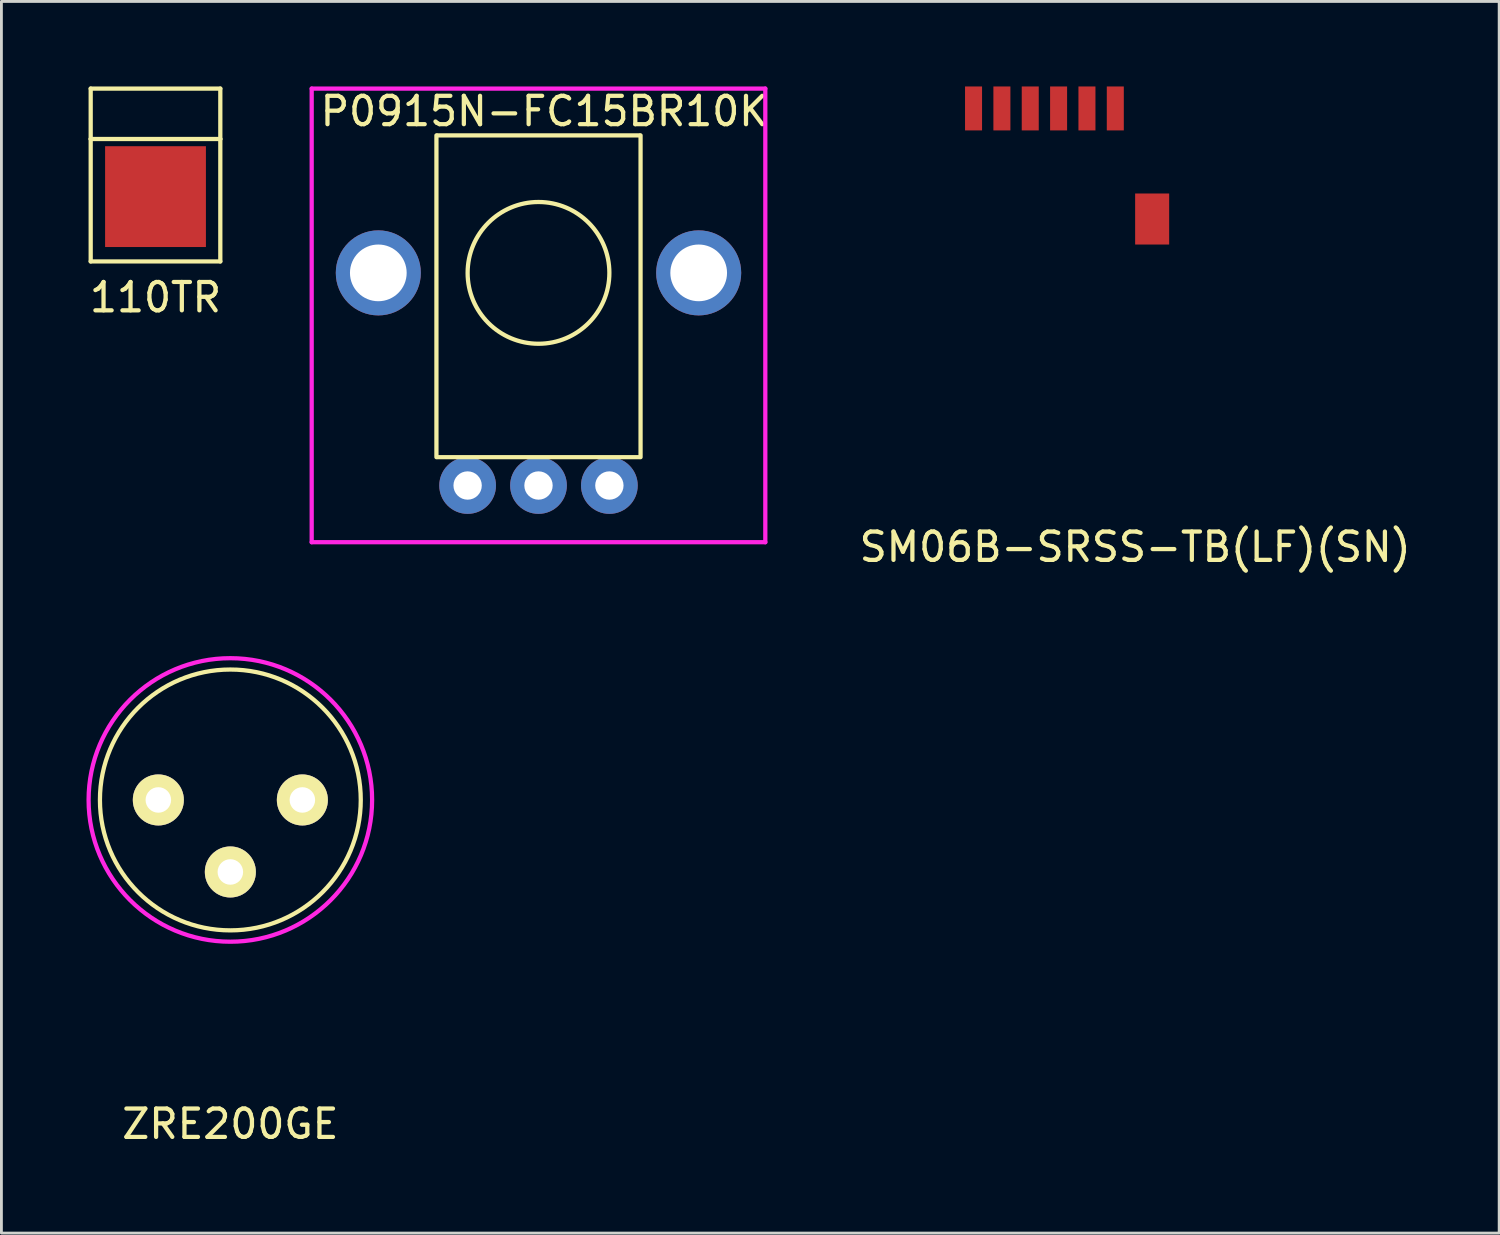
<source format=kicad_pcb>
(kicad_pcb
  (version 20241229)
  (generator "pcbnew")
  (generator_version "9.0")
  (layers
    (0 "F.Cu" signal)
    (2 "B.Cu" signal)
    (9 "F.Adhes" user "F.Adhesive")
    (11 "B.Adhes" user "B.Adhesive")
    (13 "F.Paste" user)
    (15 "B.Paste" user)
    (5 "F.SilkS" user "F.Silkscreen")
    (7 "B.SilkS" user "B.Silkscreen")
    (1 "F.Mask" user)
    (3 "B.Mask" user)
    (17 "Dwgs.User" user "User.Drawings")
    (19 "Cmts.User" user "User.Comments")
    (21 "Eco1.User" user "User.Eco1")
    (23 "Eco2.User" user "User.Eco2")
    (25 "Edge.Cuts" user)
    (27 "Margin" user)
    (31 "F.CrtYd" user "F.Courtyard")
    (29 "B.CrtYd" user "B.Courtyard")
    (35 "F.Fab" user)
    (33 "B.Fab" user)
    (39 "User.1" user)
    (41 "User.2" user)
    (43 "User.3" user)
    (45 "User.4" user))
  (footprint "110TR"
    (layer "F.Cu")
    (at 2.435 3.885)
    (property "Reference" "110TR" (at 0 3.556 0) (layer "F.SilkS") (effects (font (size 1 1) (thickness 0.15))))
    (attr through_hole)
    (fp_line (start -2.286 -3.81) (end 2.286 -3.81) (stroke (width 0.15) (type solid)) (layer "F.SilkS"))
    (fp_line (start -2.286 -2.032) (end -2.286 -3.81) (stroke (width 0.15) (type solid)) (layer "F.SilkS"))
    (fp_line (start -2.286 -2.032) (end -2.286 2.286) (stroke (width 0.15) (type solid)) (layer "F.SilkS"))
    (fp_line (start -2.286 -2.032) (end 2.286 -2.032) (stroke (width 0.15) (type solid)) (layer "F.SilkS"))
    (fp_line (start -2.286 2.286) (end 2.286 2.286) (stroke (width 0.15) (type solid)) (layer "F.SilkS"))
    (fp_line (start 2.286 -3.81) (end 2.286 -2.032) (stroke (width 0.15) (type solid)) (layer "F.SilkS"))
    (fp_line (start 2.286 2.286) (end 2.286 -2.032) (stroke (width 0.15) (type solid)) (layer "F.SilkS"))
    (pad "1" smd rect (at 0 0) (size 3.556 3.556) (layers "F.Cu" "F.Mask" "F.Paste")))
  (footprint "SM06B-SRSS-TB(LF)(SN)"
    (layer "F.Cu")
    (at 36.989 5.575)
    (property "Reference" "SM06B-SRSS-TB(LF)(SN)" (at 0 10.668 0) (layer "F.SilkS") (effects (font (size 1 1) (thickness 0.15))))
    (attr through_hole)
    (pad "1" smd rect (at -0.7 -4.8) (size 0.6 1.55) (layers "F.Cu" "F.Mask" "F.Paste"))
    (pad "1" smd rect (at 0.6 -0.9) (size 1.2 1.8) (layers "F.Cu" "F.Mask" "F.Paste"))
    (pad "2" smd rect (at -1.7 -4.8) (size 0.6 1.55) (layers "F.Cu" "F.Mask" "F.Paste"))
    (pad "3" smd rect (at -2.7 -4.8) (size 0.6 1.55) (layers "F.Cu" "F.Mask" "F.Paste"))
    (pad "4" smd rect (at -3.7 -4.8) (size 0.6 1.55) (layers "F.Cu" "F.Mask" "F.Paste"))
    (pad "5" smd rect (at -4.7 -4.8) (size 0.6 1.55) (layers "F.Cu" "F.Mask" "F.Paste"))
    (pad "6" smd rect (at -5.7 -4.8) (size 0.6 1.55) (layers "F.Cu" "F.Mask" "F.Paste")))
  (footprint "ZRE200GE"
    (layer "F.Cu")
    (at 5.075 25.166)
    (property "Reference" "ZRE200GE" (at 0 11.43 0) (layer "F.SilkS") (effects (font (size 1 1) (thickness 0.15))))
    (attr through_hole)
    (fp_circle (center 0 0) (end 4.6 0) (stroke (width 0.15) (type solid)) (fill no) (layer "F.SilkS"))
    (fp_circle (center 0 0) (end 5 0) (stroke (width 0.15) (type solid)) (fill no) (layer "F.CrtYd"))
    (pad "1" thru_hole circle (at 2.54 0) (size 1.8 1.8) (drill 0.9) (layers "*.Cu" "*.Mask" "F.SilkS"))
    (pad "2" thru_hole circle (at 0 2.54) (size 1.8 1.8) (drill 0.9) (layers "*.Cu" "*.Mask" "F.SilkS"))
    (pad "3" thru_hole circle (at -2.54 0) (size 1.8 1.8) (drill 0.9) (layers "*.Cu" "*.Mask" "F.SilkS")))
  (footprint "P0915N-FC15BR10K"
    (layer "F.Cu")
    (at 15.944 14.075)
    (property "Reference" "P0915N-FC15BR10K" (at 0.2 -13.2 0) (layer "F.SilkS") (effects (font (size 1 1) (thickness 0.15))))
    (attr through_hole)
    (fp_line (start -3.6 -1) (end -3.6 -12.35) (stroke (width 0.15) (type solid)) (layer "F.SilkS"))
    (fp_line (start -3.56 -12.35) (end 3.56 -12.35) (stroke (width 0.15) (type solid)) (layer "F.SilkS"))
    (fp_line (start -3.56 -1) (end 3.56 -1) (stroke (width 0.15) (type solid)) (layer "F.SilkS"))
    (fp_line (start 3.6 -12.35) (end 3.6 -1) (stroke (width 0.15) (type solid)) (layer "F.SilkS"))
    (fp_circle (center 0 -7.5) (end 0 -10) (stroke (width 0.15) (type solid)) (fill no) (layer "F.SilkS"))
    (fp_line (start -8 -14) (end -8 2) (stroke (width 0.15) (type solid)) (layer "F.CrtYd"))
    (fp_line (start -8 2) (end 8 2) (stroke (width 0.15) (type solid)) (layer "F.CrtYd"))
    (fp_line (start 8 -14) (end -8 -14) (stroke (width 0.15) (type solid)) (layer "F.CrtYd"))
    (fp_line (start 8 2) (end 8 -14) (stroke (width 0.15) (type solid)) (layer "F.CrtYd"))
    (pad "1" thru_hole circle (at -2.5 0) (size 2 2) (drill 1) (layers "*.Cu" "*.Mask"))
    (pad "2" thru_hole circle (at 0 0) (size 2 2) (drill 1) (layers "*.Cu" "*.Mask"))
    (pad "3" thru_hole circle (at 2.5 0) (size 2 2) (drill 1) (layers "*.Cu" "*.Mask"))
    (pad "MTG1" thru_hole circle (at -5.65 -7.5) (size 3 3) (drill 2) (layers "*.Cu" "*.Mask"))
    (pad "MTG2" thru_hole circle (at 5.65 -7.5) (size 3 3) (drill 2) (layers "*.Cu" "*.Mask")))
  (gr_rect
    (start -3 -3)
    (end 49.829 40.444)
    (stroke (width 0.1) (type default))
    (fill no)
    (layer "Edge.Cuts")))
</source>
